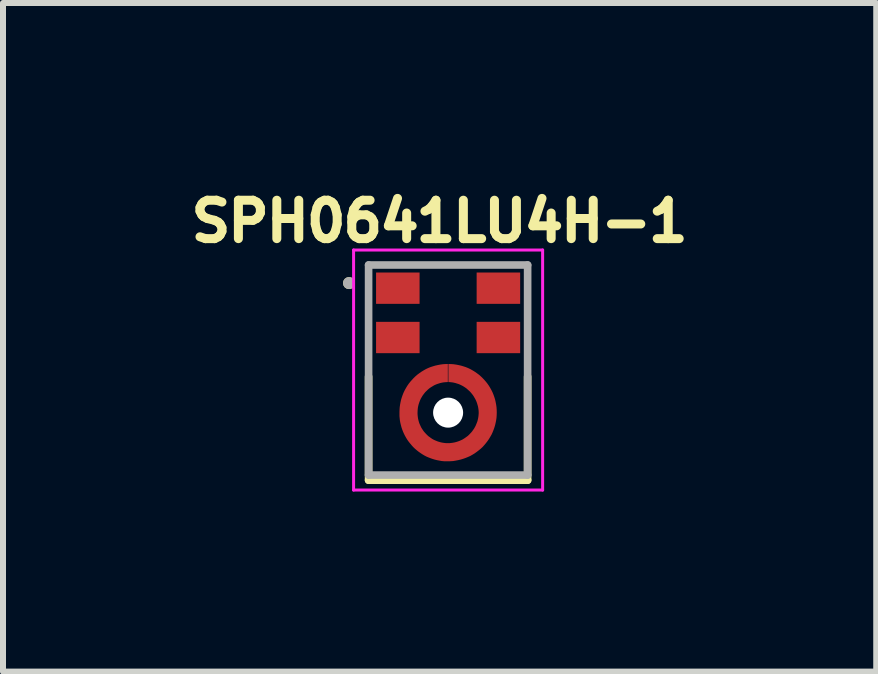
<source format=kicad_pcb>
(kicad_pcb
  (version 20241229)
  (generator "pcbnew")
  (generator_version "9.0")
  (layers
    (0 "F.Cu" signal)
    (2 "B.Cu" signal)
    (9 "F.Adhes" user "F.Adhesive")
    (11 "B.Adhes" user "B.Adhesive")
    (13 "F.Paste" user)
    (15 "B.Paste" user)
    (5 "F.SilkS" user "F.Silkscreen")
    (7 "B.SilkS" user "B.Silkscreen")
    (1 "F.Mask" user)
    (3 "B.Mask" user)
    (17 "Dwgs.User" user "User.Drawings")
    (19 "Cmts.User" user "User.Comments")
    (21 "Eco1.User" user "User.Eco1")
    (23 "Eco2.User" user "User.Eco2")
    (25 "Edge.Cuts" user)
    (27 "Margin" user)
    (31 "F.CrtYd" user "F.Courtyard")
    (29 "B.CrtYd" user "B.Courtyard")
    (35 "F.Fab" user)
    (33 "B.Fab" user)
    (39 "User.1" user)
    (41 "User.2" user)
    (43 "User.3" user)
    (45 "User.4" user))
  (footprint "SPH0641LU4H-1"
    (layer "F.Cu")
    (at 4.417 3.826)
    (property "Reference" "SPH0641LU4H-1" (at -0.142 -3.188 0) (layer "F.SilkS") (effects (font (size 0.64 0.64) (thickness 0.15))))
    (attr smd)
    (fp_circle (center 0 0) (end 0.9 0) (stroke (width 0) (type solid)) (fill yes) (layer "F.Mask"))
    (fp_line (start -1.325 1.126) (end -1.325 -0.6) (stroke (width 0.127) (type solid)) (layer "F.SilkS"))
    (fp_line (start 1.325 -0.6) (end 1.325 1.126) (stroke (width 0.127) (type solid)) (layer "F.SilkS"))
    (fp_line (start 1.325 1.126) (end -1.325 1.126) (stroke (width 0.127) (type solid)) (layer "F.SilkS"))
    (fp_circle (center -1.651 -2.159) (end -1.601 -2.159) (stroke (width 0.1) (type solid)) (fill no) (layer "F.SilkS"))
    (fp_poly (pts (xy -0.53 0.38) (xy -0.425 0.28) (xy -0.46 0.23) (xy -0.5 0.12) (xy -0.514 0) (xy -0.5 -0.12) (xy -0.462 -0.225) (xy -0.426 -0.288) (xy -0.525 -0.385) (xy -0.64 -0.5) (xy -0.705 -0.405) (xy -0.75 -0.31) (xy -0.78 -0.22) (xy -0.8 -0.14) (xy -0.81 0) (xy -0.796 0.16) (xy -0.75 0.31) (xy -0.69 0.425) (xy -0.645 0.495)) (stroke (width 0.001) (type solid)) (fill yes) (layer "F.Paste"))
    (fp_poly (pts (xy 0.53 -0.375) (xy 0.435 -0.28) (xy 0.46 -0.23) (xy 0.485 -0.175) (xy 0.5 -0.12) (xy 0.51 -0.06) (xy 0.514 0) (xy 0.5 0.12) (xy 0.462 0.225) (xy 0.426 0.283) (xy 0.525 0.385) (xy 0.64 0.5) (xy 0.7 0.41) (xy 0.75 0.31) (xy 0.78 0.23) (xy 0.8 0.14) (xy 0.81 0) (xy 0.796 -0.16) (xy 0.75 -0.31) (xy 0.7 -0.415) (xy 0.645 -0.49)) (stroke (width 0.001) (type solid)) (fill yes) (layer "F.Paste"))
    (fp_poly (pts (xy 0.385 0.53) (xy 0.28 0.425) (xy 0.23 0.46) (xy 0.12 0.5) (xy 0 0.514) (xy -0.12 0.5) (xy -0.225 0.462) (xy -0.283 0.421) (xy -0.38 0.52) (xy -0.5 0.64) (xy -0.405 0.705) (xy -0.31 0.75) (xy -0.23 0.78) (xy -0.14 0.8) (xy -0.06 0.81) (xy 0 0.81) (xy 0.065 0.81) (xy 0.16 0.796) (xy 0.235 0.78) (xy 0.31 0.75) (xy 0.405 0.705) (xy 0.5 0.64)) (stroke (width 0.001) (type solid)) (fill yes) (layer "F.Paste"))
    (fp_poly (pts (xy -0.385 -0.53) (xy -0.285 -0.43) (xy -0.23 -0.465) (xy -0.12 -0.505) (xy -0.12 -0.51) (xy -0.11 -0.505) (xy -0.005 -0.52) (xy 0.005 -0.524) (xy 0.005 -0.52) (xy 0.125 -0.505) (xy 0.225 -0.462) (xy 0.293 -0.426) (xy 0.39 -0.525) (xy 0.505 -0.635) (xy 0.41 -0.7) (xy 0.31 -0.75) (xy 0.22 -0.78) (xy 0.14 -0.8) (xy 0 -0.81) (xy -0.16 -0.796) (xy -0.31 -0.75) (xy -0.4 -0.705) (xy -0.5 -0.64)) (stroke (width 0.001) (type solid)) (fill yes) (layer "F.Paste"))
    (fp_line (start -1.575 -2.71) (end 1.575 -2.71) (stroke (width 0.05) (type solid)) (layer "F.CrtYd"))
    (fp_line (start -1.575 1.29) (end -1.575 -2.71) (stroke (width 0.05) (type solid)) (layer "F.CrtYd"))
    (fp_line (start 1.575 -2.71) (end 1.575 1.29) (stroke (width 0.05) (type solid)) (layer "F.CrtYd"))
    (fp_line (start 1.575 1.29) (end -1.575 1.29) (stroke (width 0.05) (type solid)) (layer "F.CrtYd"))
    (fp_line (start -1.325 -2.46) (end 1.325 -2.46) (stroke (width 0.127) (type solid)) (layer "F.Fab"))
    (fp_line (start -1.325 1.04) (end -1.325 -2.46) (stroke (width 0.127) (type solid)) (layer "F.Fab"))
    (fp_line (start 1.325 -2.46) (end 1.325 1.04) (stroke (width 0.127) (type solid)) (layer "F.Fab"))
    (fp_line (start 1.325 1.04) (end -1.325 1.04) (stroke (width 0.127) (type solid)) (layer "F.Fab"))
    (fp_circle (center -1.651 -2.159) (end -1.601 -2.159) (stroke (width 0.1) (type solid)) (fill no) (layer "F.Fab"))
    (pad "" np_thru_hole circle (at 0 0) (size 0.5 0.5) (drill 0.5) (layers "*.Cu" "*.Mask"))
    (pad "1" smd rect (at -0.838 -2.074) (size 0.725 0.522) (layers "F.Cu" "F.Mask" "F.Paste"))
    (pad "2" smd rect (at -0.838 -1.252) (size 0.725 0.522) (layers "F.Cu" "F.Mask" "F.Paste"))
    (pad "3" smd custom (at 0.656 -0.013) (size 0.1 0.1) (layers "F.Cu") (options (anchor rect)) (primitives (gr_poly (pts (xy -0.661 -0.497) (xy -0.661 -0.797) (xy -0.705 -0.796) (xy -0.747 -0.793) (xy -0.789 -0.787) (xy -0.83 -0.779) (xy -0.871 -0.77) (xy -0.911 -0.758) (xy -0.951 -0.745) (xy -0.99 -0.729) (xy -1.028 -0.711) (xy -1.065 -0.69) (xy -1.101 -0.668) (xy -1.135 -0.644) (xy -1.169 -0.619) (xy -1.2 -0.592) (xy -1.231 -0.562) (xy -1.26 -0.531) (xy -1.287 -0.5) (xy -1.313 -0.467) (xy -1.337 -0.432) (xy -1.358 -0.397) (xy -1.379 -0.359) (xy -1.397 -0.322) (xy -1.413 -0.282) (xy -1.427 -0.242) (xy -1.439 -0.203) (xy -1.448 -0.162) (xy -1.456 -0.12) (xy -1.462 -0.079) (xy -1.465 -0.036) (xy -1.466 0.003) (xy -1.466 0.072) (xy -1.463 0.104) (xy -1.459 0.142) (xy -1.452 0.18) (xy -1.443 0.218) (xy -1.433 0.256) (xy -1.421 0.292) (xy -1.407 0.329) (xy -1.392 0.363) (xy -1.374 0.399) (xy -1.356 0.431) (xy -1.335 0.465) (xy -1.313 0.496) (xy -1.289 0.526) (xy -1.264 0.556) (xy -1.238 0.585) (xy -1.21 0.612) (xy -1.181 0.637) (xy -1.151 0.661) (xy -1.12 0.683) (xy -1.087 0.705) (xy -1.054 0.725) (xy -1.02 0.743) (xy -0.985 0.758) (xy -0.949 0.772) (xy -0.912 0.785) (xy -0.875 0.796) (xy -0.838 0.805) (xy -0.8 0.812) (xy -0.761 0.819) (xy -0.716 0.823) (xy -0.656 0.823) (xy -0.614 0.822) (xy -0.571 0.819) (xy -0.529 0.812) (xy -0.488 0.804) (xy -0.446 0.794) (xy -0.406 0.782) (xy -0.366 0.768) (xy -0.327 0.752) (xy -0.288 0.735) (xy -0.251 0.714) (xy -0.215 0.692) (xy -0.18 0.667) (xy -0.146 0.641) (xy -0.114 0.615) (xy -0.083 0.586) (xy -0.054 0.554) (xy -0.027 0.522) (xy -0.001 0.488) (xy 0.023 0.454) (xy 0.045 0.417) (xy 0.066 0.381) (xy 0.084 0.342) (xy 0.1 0.302) (xy 0.114 0.263) (xy 0.126 0.223) (xy 0.136 0.18) (xy 0.144 0.14) (xy 0.15 0.098) (xy 0.153 0.054) (xy 0.154 0.013) (xy 0.154 0.003) (xy 0.153 -0.036) (xy 0.15 -0.079) (xy 0.144 -0.12) (xy 0.136 -0.162) (xy 0.127 -0.203) (xy 0.115 -0.242) (xy 0.101 -0.282) (xy 0.085 -0.322) (xy 0.067 -0.359) (xy 0.046 -0.397) (xy 0.025 -0.432) (xy 0.001 -0.467) (xy -0.025 -0.5) (xy -0.052 -0.531) (xy -0.081 -0.562) (xy -0.112 -0.592) (xy -0.143 -0.619) (xy -0.177 -0.644) (xy -0.211 -0.668) (xy -0.247 -0.69) (xy -0.284 -0.711) (xy -0.322 -0.729) (xy -0.361 -0.745) (xy -0.401 -0.758) (xy -0.441 -0.77) (xy -0.482 -0.779) (xy -0.523 -0.787) (xy -0.565 -0.793) (xy -0.607 -0.796) (xy -0.651 -0.797) (xy -0.651 -0.497) (xy -0.636 -0.497) (xy -0.607 -0.494) (xy -0.581 -0.491) (xy -0.556 -0.486) (xy -0.531 -0.48) (xy -0.507 -0.472) (xy -0.483 -0.465) (xy -0.459 -0.455) (xy -0.436 -0.444) (xy -0.413 -0.432) (xy -0.391 -0.419) (xy -0.37 -0.405) (xy -0.349 -0.39) (xy -0.33 -0.373) (xy -0.311 -0.356) (xy -0.292 -0.339) (xy -0.275 -0.32) (xy -0.259 -0.3) (xy -0.243 -0.28) (xy -0.229 -0.259) (xy -0.216 -0.236) (xy -0.203 -0.214) (xy -0.192 -0.192) (xy -0.182 -0.168) (xy -0.173 -0.143) (xy -0.166 -0.119) (xy -0.159 -0.095) (xy -0.154 -0.07) (xy -0.15 -0.044) (xy -0.147 -0.019) (xy -0.146 0.003) (xy -0.146 0.025) (xy -0.148 0.052) (xy -0.151 0.08) (xy -0.155 0.105) (xy -0.161 0.133) (xy -0.168 0.159) (xy -0.177 0.183) (xy -0.187 0.208) (xy -0.198 0.234) (xy -0.211 0.258) (xy -0.224 0.281) (xy -0.239 0.302) (xy -0.255 0.325) (xy -0.272 0.345) (xy -0.291 0.365) (xy -0.31 0.385) (xy -0.33 0.403) (xy -0.351 0.418) (xy -0.373 0.434) (xy -0.396 0.449) (xy -0.419 0.463) (xy -0.443 0.474) (xy -0.468 0.485) (xy -0.493 0.494) (xy -0.519 0.502) (xy -0.545 0.509) (xy -0.572 0.514) (xy -0.598 0.518) (xy -0.625 0.521) (xy -0.656 0.522) (xy -0.666 0.522) (xy -0.696 0.521) (xy -0.723 0.518) (xy -0.749 0.514) (xy -0.775 0.509) (xy -0.8 0.502) (xy -0.825 0.495) (xy -0.85 0.485) (xy -0.874 0.475) (xy -0.898 0.464) (xy -0.921 0.451) (xy -0.943 0.436) (xy -0.965 0.42) (xy -0.986 0.405) (xy -1.005 0.387) (xy -1.024 0.368) (xy -1.042 0.348) (xy -1.059 0.329) (xy -1.075 0.307) (xy -1.089 0.285) (xy -1.103 0.263) (xy -1.115 0.238) (xy -1.126 0.214) (xy -1.136 0.191) (xy -1.144 0.166) (xy -1.151 0.14) (xy -1.157 0.114) (xy -1.161 0.087) (xy -1.164 0.061) (xy -1.166 0.035) (xy -1.166 0.013) (xy -1.165 -0.017) (xy -1.163 -0.043) (xy -1.16 -0.07) (xy -1.155 -0.096) (xy -1.149 -0.121) (xy -1.141 -0.146) (xy -1.132 -0.172) (xy -1.122 -0.197) (xy -1.111 -0.221) (xy -1.098 -0.243) (xy -1.084 -0.267) (xy -1.069 -0.288) (xy -1.053 -0.309) (xy -1.036 -0.33) (xy -1.017 -0.348) (xy -0.998 -0.367) (xy -0.978 -0.385) (xy -0.957 -0.401) (xy -0.935 -0.415) (xy -0.912 -0.429) (xy -0.889 -0.443) (xy -0.865 -0.454) (xy -0.84 -0.464) (xy -0.815 -0.472) (xy -0.79 -0.48) (xy -0.764 -0.486) (xy -0.738 -0.491) (xy -0.712 -0.494) (xy -0.685 -0.496) (xy -0.661 -0.497)) (width 0.001) (fill yes))))
    (pad "4" smd rect (at 0.838 -1.252) (size 0.725 0.522) (layers "F.Cu" "F.Mask" "F.Paste"))
    (pad "5" smd rect (at 0.838 -2.074) (size 0.725 0.522) (layers "F.Cu" "F.Mask" "F.Paste")))
  (gr_rect
    (start -3 -3)
    (end 11.551 8.141)
    (stroke (width 0.1) (type default))
    (fill no)
    (layer "Edge.Cuts")))
</source>
